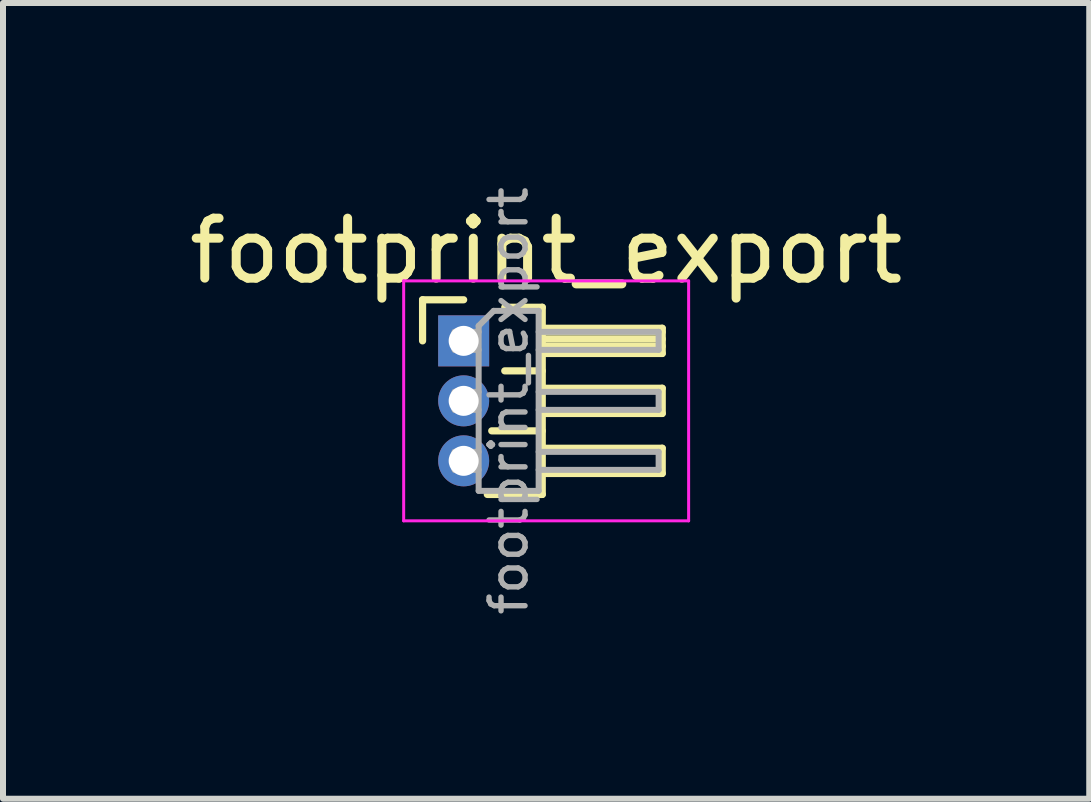
<source format=kicad_pcb>
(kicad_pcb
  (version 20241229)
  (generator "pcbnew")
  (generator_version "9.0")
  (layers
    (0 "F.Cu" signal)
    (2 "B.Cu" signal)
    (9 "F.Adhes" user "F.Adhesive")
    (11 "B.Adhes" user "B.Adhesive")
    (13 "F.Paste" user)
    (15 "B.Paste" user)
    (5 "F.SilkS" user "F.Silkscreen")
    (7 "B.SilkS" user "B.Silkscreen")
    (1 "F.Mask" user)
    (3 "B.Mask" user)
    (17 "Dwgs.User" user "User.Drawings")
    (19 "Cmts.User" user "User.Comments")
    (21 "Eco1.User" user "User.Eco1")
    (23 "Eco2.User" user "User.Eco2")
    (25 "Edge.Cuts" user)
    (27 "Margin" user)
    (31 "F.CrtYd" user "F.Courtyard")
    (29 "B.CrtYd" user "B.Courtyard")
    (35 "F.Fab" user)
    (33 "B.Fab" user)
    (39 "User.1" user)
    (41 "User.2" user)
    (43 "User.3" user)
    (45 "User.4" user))
  (footprint "footprint_export"
    (layer "F.Cu")
    (at 4.679 2.632)
    (property "Reference" "footprint_export" (at 1.375 -1.5 0) (layer "F.SilkS") (effects (font (size 1 1) (thickness 0.15))))
    (attr through_hole)
    (fp_line (start -0.685 -0.685) (end 0 -0.685) (stroke (width 0.12) (type solid)) (layer "F.SilkS"))
    (fp_line (start -0.685 0) (end -0.685 -0.685) (stroke (width 0.12) (type solid)) (layer "F.SilkS"))
    (fp_line (start 0.468 1.5) (end 1.31 1.5) (stroke (width 0.12) (type solid)) (layer "F.SilkS"))
    (fp_line (start 0.685 -0.56) (end 1.31 -0.56) (stroke (width 0.12) (type solid)) (layer "F.SilkS"))
    (fp_line (start 0.685 0.5) (end 1.31 0.5) (stroke (width 0.12) (type solid)) (layer "F.SilkS"))
    (fp_line (start 1.31 -0.56) (end 1.31 2.56) (stroke (width 0.12) (type solid)) (layer "F.SilkS"))
    (fp_line (start 1.31 -0.21) (end 3.31 -0.21) (stroke (width 0.12) (type solid)) (layer "F.SilkS"))
    (fp_line (start 1.31 -0.15) (end 3.31 -0.15) (stroke (width 0.12) (type solid)) (layer "F.SilkS"))
    (fp_line (start 1.31 -0.03) (end 3.31 -0.03) (stroke (width 0.12) (type solid)) (layer "F.SilkS"))
    (fp_line (start 1.31 0.09) (end 3.31 0.09) (stroke (width 0.12) (type solid)) (layer "F.SilkS"))
    (fp_line (start 1.31 0.79) (end 3.31 0.79) (stroke (width 0.12) (type solid)) (layer "F.SilkS"))
    (fp_line (start 1.31 1.79) (end 3.31 1.79) (stroke (width 0.12) (type solid)) (layer "F.SilkS"))
    (fp_line (start 1.31 2.56) (end 0.394 2.56) (stroke (width 0.12) (type solid)) (layer "F.SilkS"))
    (fp_line (start 3.31 -0.21) (end 3.31 0.21) (stroke (width 0.12) (type solid)) (layer "F.SilkS"))
    (fp_line (start 3.31 0.21) (end 1.31 0.21) (stroke (width 0.12) (type solid)) (layer "F.SilkS"))
    (fp_line (start 3.31 0.79) (end 3.31 1.21) (stroke (width 0.12) (type solid)) (layer "F.SilkS"))
    (fp_line (start 3.31 1.21) (end 1.31 1.21) (stroke (width 0.12) (type solid)) (layer "F.SilkS"))
    (fp_line (start 3.31 1.79) (end 3.31 2.21) (stroke (width 0.12) (type solid)) (layer "F.SilkS"))
    (fp_line (start 3.31 2.21) (end 1.31 2.21) (stroke (width 0.12) (type solid)) (layer "F.SilkS"))
    (fp_line (start -1 -1) (end -1 3) (stroke (width 0.05) (type solid)) (layer "F.CrtYd"))
    (fp_line (start -1 3) (end 3.75 3) (stroke (width 0.05) (type solid)) (layer "F.CrtYd"))
    (fp_line (start 3.75 -1) (end -1 -1) (stroke (width 0.05) (type solid)) (layer "F.CrtYd"))
    (fp_line (start 3.75 3) (end 3.75 -1) (stroke (width 0.05) (type solid)) (layer "F.CrtYd"))
    (fp_line (start -0.15 -0.15) (end -0.15 0.15) (stroke (width 0.1) (type solid)) (layer "F.Fab"))
    (fp_line (start -0.15 -0.15) (end 0.25 -0.15) (stroke (width 0.1) (type solid)) (layer "F.Fab"))
    (fp_line (start -0.15 0.15) (end 0.25 0.15) (stroke (width 0.1) (type solid)) (layer "F.Fab"))
    (fp_line (start -0.15 0.85) (end -0.15 1.15) (stroke (width 0.1) (type solid)) (layer "F.Fab"))
    (fp_line (start -0.15 0.85) (end 0.25 0.85) (stroke (width 0.1) (type solid)) (layer "F.Fab"))
    (fp_line (start -0.15 1.15) (end 0.25 1.15) (stroke (width 0.1) (type solid)) (layer "F.Fab"))
    (fp_line (start -0.15 1.85) (end -0.15 2.15) (stroke (width 0.1) (type solid)) (layer "F.Fab"))
    (fp_line (start -0.15 1.85) (end 0.25 1.85) (stroke (width 0.1) (type solid)) (layer "F.Fab"))
    (fp_line (start -0.15 2.15) (end 0.25 2.15) (stroke (width 0.1) (type solid)) (layer "F.Fab"))
    (fp_line (start 0.25 -0.25) (end 0.5 -0.5) (stroke (width 0.1) (type solid)) (layer "F.Fab"))
    (fp_line (start 0.25 2.5) (end 0.25 -0.25) (stroke (width 0.1) (type solid)) (layer "F.Fab"))
    (fp_line (start 0.5 -0.5) (end 1.25 -0.5) (stroke (width 0.1) (type solid)) (layer "F.Fab"))
    (fp_line (start 1.25 -0.5) (end 1.25 2.5) (stroke (width 0.1) (type solid)) (layer "F.Fab"))
    (fp_line (start 1.25 -0.15) (end 3.25 -0.15) (stroke (width 0.1) (type solid)) (layer "F.Fab"))
    (fp_line (start 1.25 0.15) (end 3.25 0.15) (stroke (width 0.1) (type solid)) (layer "F.Fab"))
    (fp_line (start 1.25 0.85) (end 3.25 0.85) (stroke (width 0.1) (type solid)) (layer "F.Fab"))
    (fp_line (start 1.25 1.15) (end 3.25 1.15) (stroke (width 0.1) (type solid)) (layer "F.Fab"))
    (fp_line (start 1.25 1.85) (end 3.25 1.85) (stroke (width 0.1) (type solid)) (layer "F.Fab"))
    (fp_line (start 1.25 2.15) (end 3.25 2.15) (stroke (width 0.1) (type solid)) (layer "F.Fab"))
    (fp_line (start 1.25 2.5) (end 0.25 2.5) (stroke (width 0.1) (type solid)) (layer "F.Fab"))
    (fp_line (start 3.25 -0.15) (end 3.25 0.15) (stroke (width 0.1) (type solid)) (layer "F.Fab"))
    (fp_line (start 3.25 0.85) (end 3.25 1.15) (stroke (width 0.1) (type solid)) (layer "F.Fab"))
    (fp_line (start 3.25 1.85) (end 3.25 2.15) (stroke (width 0.1) (type solid)) (layer "F.Fab"))
    (fp_text user "${REFERENCE}" (at 0.75 1 90) (layer "F.Fab") (effects (font (size 0.6 0.6) (thickness 0.09))))
    (pad "1" thru_hole rect (at 0 0) (size 0.85 0.85) (drill 0.5) (layers "*.Cu" "*.Mask"))
    (pad "2" thru_hole oval (at 0 1) (size 0.85 0.85) (drill 0.5) (layers "*.Cu" "*.Mask"))
    (pad "3" thru_hole oval (at 0 2) (size 0.85 0.85) (drill 0.5) (layers "*.Cu" "*.Mask")))
  (gr_rect
    (start -3 -3)
    (end 15.107 10.264)
    (stroke (width 0.1) (type default))
    (fill no)
    (layer "Edge.Cuts")))
</source>
